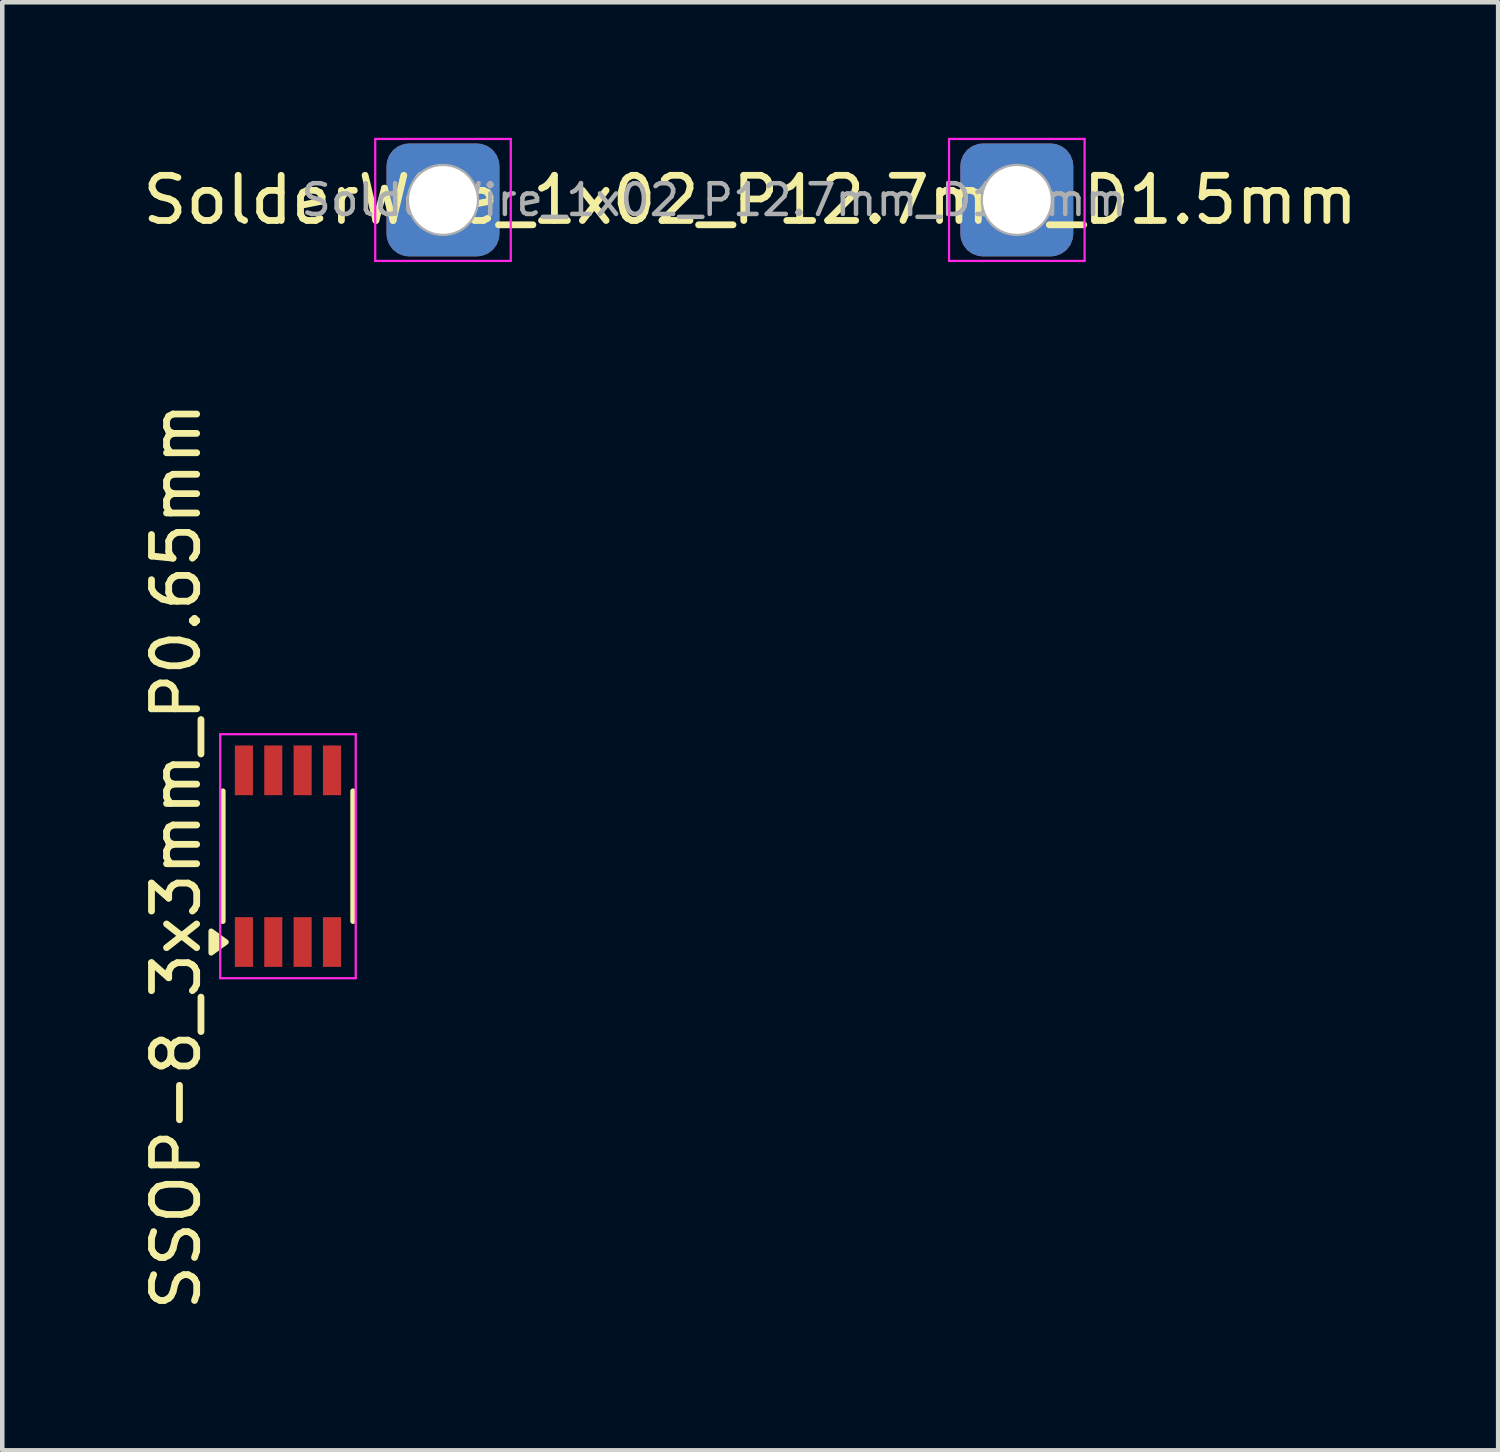
<source format=kicad_pcb>
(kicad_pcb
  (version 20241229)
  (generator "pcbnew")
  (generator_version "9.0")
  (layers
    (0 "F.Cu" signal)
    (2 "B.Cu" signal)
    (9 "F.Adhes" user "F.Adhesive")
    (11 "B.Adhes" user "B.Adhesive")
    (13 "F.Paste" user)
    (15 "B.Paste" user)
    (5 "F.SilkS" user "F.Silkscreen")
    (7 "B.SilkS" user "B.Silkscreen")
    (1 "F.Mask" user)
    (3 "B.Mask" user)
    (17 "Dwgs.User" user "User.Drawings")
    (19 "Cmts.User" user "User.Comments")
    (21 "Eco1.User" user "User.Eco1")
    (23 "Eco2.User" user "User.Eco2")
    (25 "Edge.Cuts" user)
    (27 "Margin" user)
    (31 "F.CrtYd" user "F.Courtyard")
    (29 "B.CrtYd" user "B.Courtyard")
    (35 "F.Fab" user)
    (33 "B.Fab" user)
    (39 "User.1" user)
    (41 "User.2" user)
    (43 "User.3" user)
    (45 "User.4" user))
  (footprint "SolderWire_1x02_P12.7mm_D1.5mm"
    (layer "F.Cu")
    (at 6.754 1.375)
    (property "Reference" "SolderWire_1x02_P12.7mm_D1.5mm" (at 6.8 0 0) (layer "F.SilkS") (effects (font (size 1 1) (thickness 0.15))))
    (attr exclude_from_pos_files exclude_from_bom)
    (fp_line (start -1.5 -1.35) (end -1.5 1.35) (stroke (width 0.05) (type solid)) (layer "F.CrtYd"))
    (fp_line (start -1.5 1.35) (end 1.5 1.35) (stroke (width 0.05) (type solid)) (layer "F.CrtYd"))
    (fp_line (start 1.5 -1.35) (end -1.5 -1.35) (stroke (width 0.05) (type solid)) (layer "F.CrtYd"))
    (fp_line (start 1.5 1.35) (end 1.5 -1.35) (stroke (width 0.05) (type solid)) (layer "F.CrtYd"))
    (fp_line (start 11.2 -1.35) (end 11.2 1.35) (stroke (width 0.05) (type solid)) (layer "F.CrtYd"))
    (fp_line (start 11.2 1.35) (end 14.2 1.35) (stroke (width 0.05) (type solid)) (layer "F.CrtYd"))
    (fp_line (start 14.2 -1.35) (end 11.2 -1.35) (stroke (width 0.05) (type solid)) (layer "F.CrtYd"))
    (fp_line (start 14.2 1.35) (end 14.2 -1.35) (stroke (width 0.05) (type solid)) (layer "F.CrtYd"))
    (fp_circle (center 0 0) (end 0.75 0) (stroke (width 0.1) (type solid)) (fill no) (layer "F.Fab"))
    (fp_circle (center 12.7 0) (end 13.45 0) (stroke (width 0.1) (type solid)) (fill no) (layer "F.Fab"))
    (fp_text user "${REFERENCE}" (at 6 0 0) (layer "F.Fab") (effects (font (size 0.68 0.68) (thickness 0.1))))
    (pad "1" thru_hole roundrect (at 0 0) (size 2.5 2.5) (drill 1.5) (layers "*.Cu" "*.Mask") (roundrect_rratio 0.2))
    (pad "2" thru_hole roundrect (at 12.7 0) (size 2.5 2.5) (drill 1.5) (layers "*.Cu" "*.Mask") (roundrect_rratio 0.2)))
  (footprint "SSOP-8_3x3mm_P0.65mm"
    (layer "F.Cu")
    (at 3.323 15.899)
    (property "Reference" "SSOP-8_3x3mm_P0.65mm" (at -2.475 0 90) (layer "F.SilkS") (effects (font (size 1 1) (thickness 0.15))))
    (attr smd)
    (fp_line (start -1.44 1.44) (end -1.44 -1.44) (stroke (width 0.12) (type default)) (layer "F.SilkS"))
    (fp_line (start 1.44 -1.44) (end 1.44 1.44) (stroke (width 0.12) (type default)) (layer "F.SilkS"))
    (fp_poly (pts (xy -1.37 1.9) (xy -1.7 2.14) (xy -1.7 1.66) (xy -1.37 1.9)) (stroke (width 0.12) (type solid)) (fill yes) (layer "F.SilkS"))
    (fp_line (start -1.5 -2.7) (end 1.5 -2.7) (stroke (width 0.05) (type default)) (layer "F.CrtYd"))
    (fp_line (start -1.5 2.7) (end -1.5 -2.7) (stroke (width 0.05) (type default)) (layer "F.CrtYd"))
    (fp_line (start 1.5 -2.7) (end 1.5 2.7) (stroke (width 0.05) (type default)) (layer "F.CrtYd"))
    (fp_line (start 1.5 2.7) (end -1.5 2.7) (stroke (width 0.05) (type default)) (layer "F.CrtYd"))
    (pad "1" smd rect (at -0.975 1.9) (size 0.4 1.1) (layers "F.Cu" "F.Mask" "F.Paste"))
    (pad "2" smd rect (at -0.325 1.9) (size 0.4 1.1) (layers "F.Cu" "F.Mask" "F.Paste"))
    (pad "3" smd rect (at 0.325 1.9) (size 0.4 1.1) (layers "F.Cu" "F.Mask" "F.Paste"))
    (pad "4" smd rect (at 0.975 1.9) (size 0.4 1.1) (layers "F.Cu" "F.Mask" "F.Paste"))
    (pad "5" smd rect (at 0.975 -1.9) (size 0.4 1.1) (layers "F.Cu" "F.Mask" "F.Paste"))
    (pad "6" smd rect (at 0.325 -1.9) (size 0.4 1.1) (layers "F.Cu" "F.Mask" "F.Paste"))
    (pad "7" smd rect (at -0.325 -1.9) (size 0.4 1.1) (layers "F.Cu" "F.Mask" "F.Paste"))
    (pad "8" smd rect (at -0.975 -1.9) (size 0.4 1.1) (layers "F.Cu" "F.Mask" "F.Paste")))
  (gr_rect
    (start -3 -3)
    (end 30.107 29.048)
    (stroke (width 0.1) (type default))
    (fill no)
    (layer "Edge.Cuts")))
</source>
